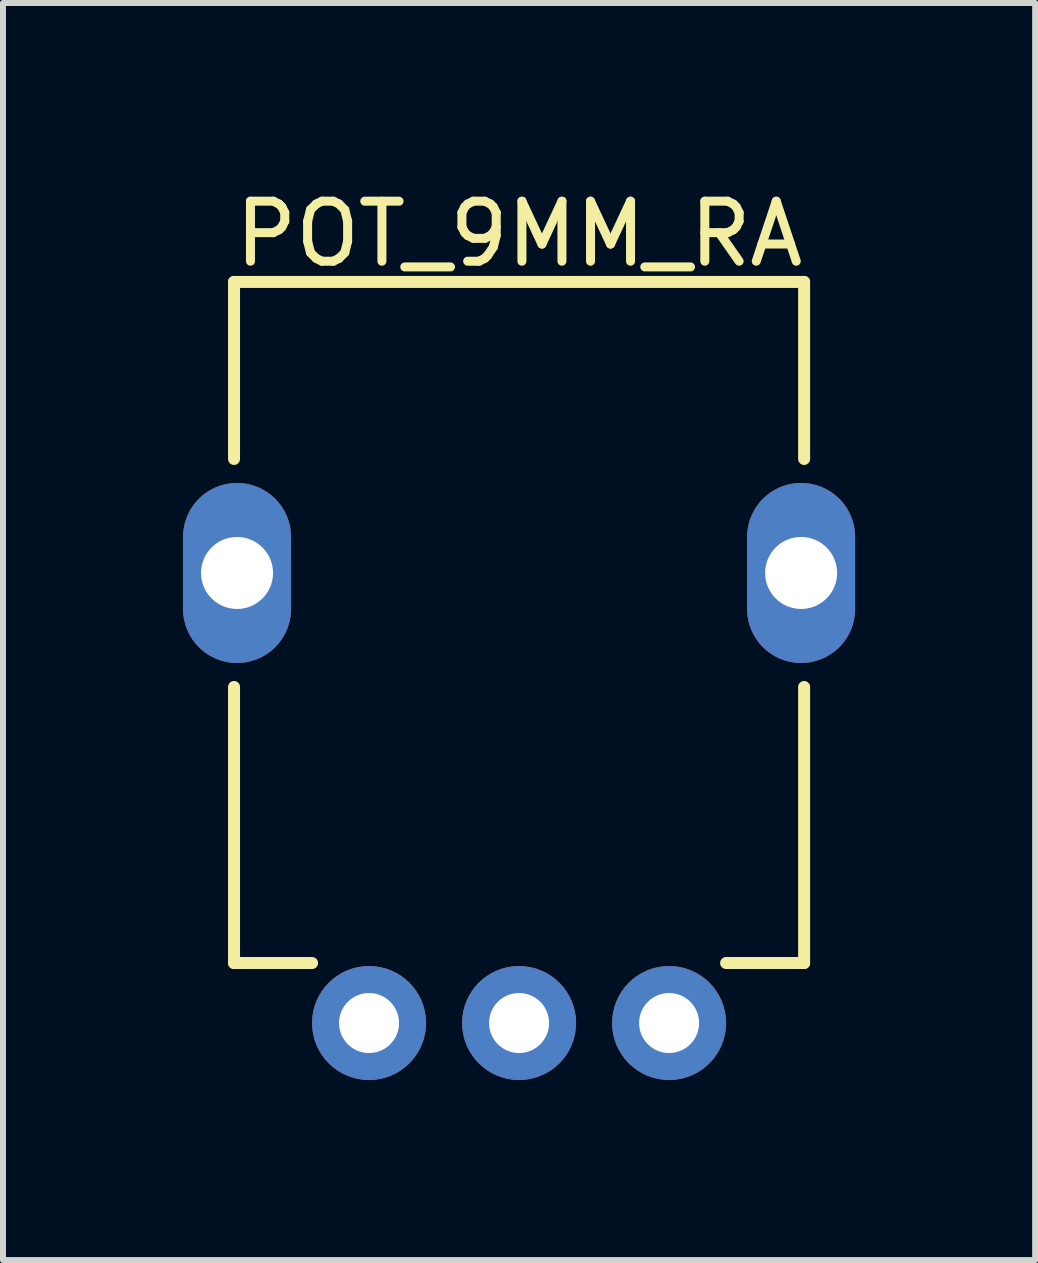
<source format=kicad_pcb>
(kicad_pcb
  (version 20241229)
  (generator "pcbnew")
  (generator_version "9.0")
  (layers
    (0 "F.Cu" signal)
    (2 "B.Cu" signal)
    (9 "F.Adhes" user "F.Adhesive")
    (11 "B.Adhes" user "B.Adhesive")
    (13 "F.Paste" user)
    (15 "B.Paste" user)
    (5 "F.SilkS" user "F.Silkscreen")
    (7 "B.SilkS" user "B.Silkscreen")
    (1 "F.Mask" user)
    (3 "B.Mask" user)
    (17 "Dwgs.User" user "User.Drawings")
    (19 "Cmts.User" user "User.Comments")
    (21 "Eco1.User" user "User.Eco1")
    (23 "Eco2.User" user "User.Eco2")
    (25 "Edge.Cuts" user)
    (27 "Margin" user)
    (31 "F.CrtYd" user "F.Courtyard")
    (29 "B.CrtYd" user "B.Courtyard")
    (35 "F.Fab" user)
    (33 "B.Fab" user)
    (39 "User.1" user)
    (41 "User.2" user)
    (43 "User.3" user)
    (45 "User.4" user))
  (footprint "POT_9MM_RA"
    (layer "F.Cu")
    (at 5.6 6.498)
    (property "Reference" "POT_9MM_RA" (at 0 -5.65 0) (layer "F.SilkS") (effects (font (size 1 1) (thickness 0.15))))
    (fp_line (start -4.75 -4.85) (end 4.75 -4.85) (stroke (width 0.2) (type solid)) (layer "F.SilkS"))
    (fp_line (start -4.75 -1.9) (end -4.75 -4.85) (stroke (width 0.2) (type solid)) (layer "F.SilkS"))
    (fp_line (start -4.75 6.5) (end -4.75 1.9) (stroke (width 0.2) (type solid)) (layer "F.SilkS"))
    (fp_line (start -4.75 6.5) (end -3.45 6.5) (stroke (width 0.2) (type solid)) (layer "F.SilkS"))
    (fp_line (start 3.45 6.5) (end 4.75 6.5) (stroke (width 0.2) (type solid)) (layer "F.SilkS"))
    (fp_line (start 4.75 -1.9) (end 4.75 -4.85) (stroke (width 0.2) (type solid)) (layer "F.SilkS"))
    (fp_line (start 4.75 6.5) (end 4.75 1.9) (stroke (width 0.2) (type solid)) (layer "F.SilkS"))
    (pad "" thru_hole oval (at -4.7 0) (size 1.8 3) (drill 1.2) (layers "*.Cu" "*.Mask"))
    (pad "" thru_hole oval (at 4.7 0) (size 1.8 3) (drill 1.2) (layers "*.Cu" "*.Mask"))
    (pad "1" thru_hole circle (at -2.5 7.5) (size 1.9 1.9) (drill 1) (layers "*.Cu" "*.Mask"))
    (pad "2" thru_hole circle (at 0 7.5) (size 1.9 1.9) (drill 1) (layers "*.Cu" "*.Mask"))
    (pad "3" thru_hole circle (at 2.5 7.5) (size 1.9 1.9) (drill 1) (layers "*.Cu" "*.Mask"))
    (zone (net_name "") (layer "F.Cu") (hatch edge 0.5) (connect_pads) (min_thickness 0.25) (filled_areas_thickness no) (keepout (tracks not_allowed) (vias not_allowed) (pads not_allowed) (copperpour not_allowed) (footprints allowed)) (placement (enabled no)) (fill) (polygon (pts (xy 4.6 1.798) (xy 6.6 1.798) (xy 6.6 2.298) (xy 4.6 2.298))))
    (zone (net_name "") (layer "F.Cu") (hatch edge 0.5) (connect_pads) (min_thickness 0.25) (filled_areas_thickness no) (keepout (tracks not_allowed) (vias not_allowed) (pads not_allowed) (copperpour not_allowed) (footprints allowed)) (placement (enabled no)) (fill) (polygon (pts (xy 4.6 10.698) (xy 6.6 10.698) (xy 6.6 11.198) (xy 4.6 11.198)))))
  (gr_rect
    (start -3 -3)
    (end 14.2 17.948)
    (stroke (width 0.1) (type default))
    (fill no)
    (layer "Edge.Cuts")))
</source>
